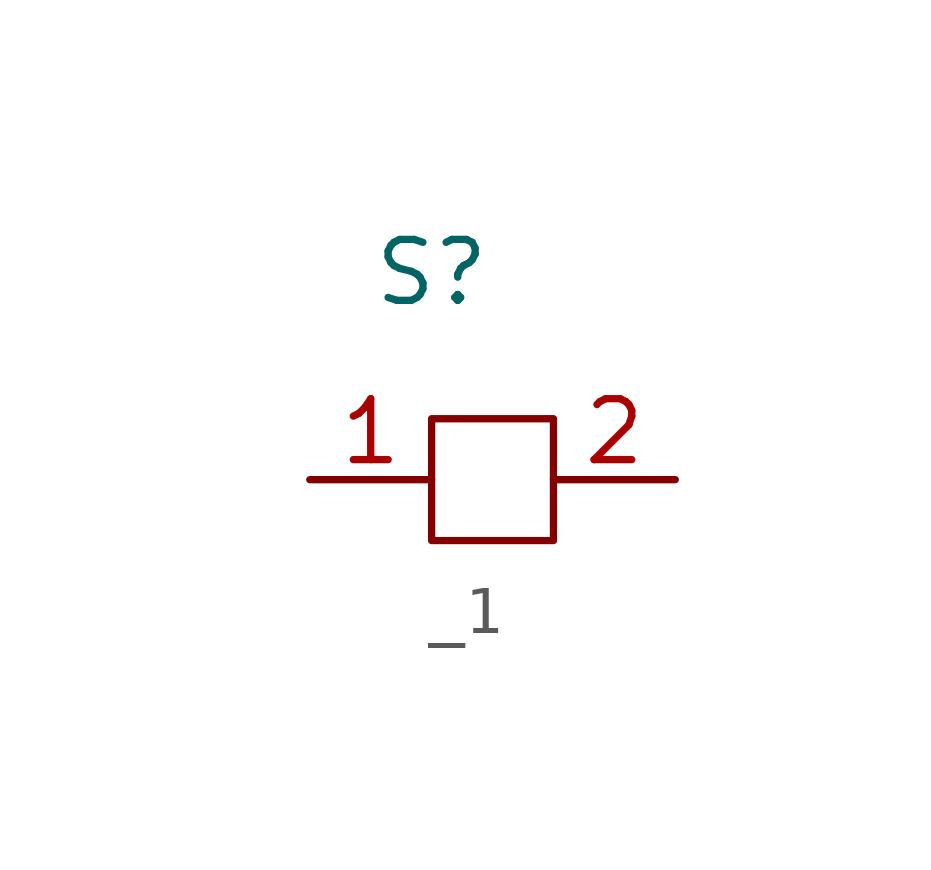
<source format=kicad_sym>
(kicad_symbol_lib
  (version 20241209)
  (generator "kicad_symbol_editor")
  (generator_version "9.0")
  (symbol "_1"
    (property "Reference" "S"
      (at 3.81 1.778 0)
      (effects (font (size 1.27 1.27))))
    (property "Value" ""
      (at 0 0 0)
      (effects (font (size 1.27 1.27))))
    (symbol "_1_0_1"
      (rectangle (start 3.81 -1.27) (end 6.35 -3.81) (stroke (width 0) (type default)) (fill (type none))))
    (symbol "_1_1_1"
      (pin passive line (at 1.27 -2.54 0) (length 2.54) (name "" (effects (font (size 1.27 1.27)))) (number "1" (effects (font (size 1.27 1.27)))))
      (pin passive line (at 8.89 -2.54 180) (length 2.54) (name "" (effects (font (size 1.27 1.27)))) (number "2" (effects (font (size 1.27 1.27))))))))
</source>
